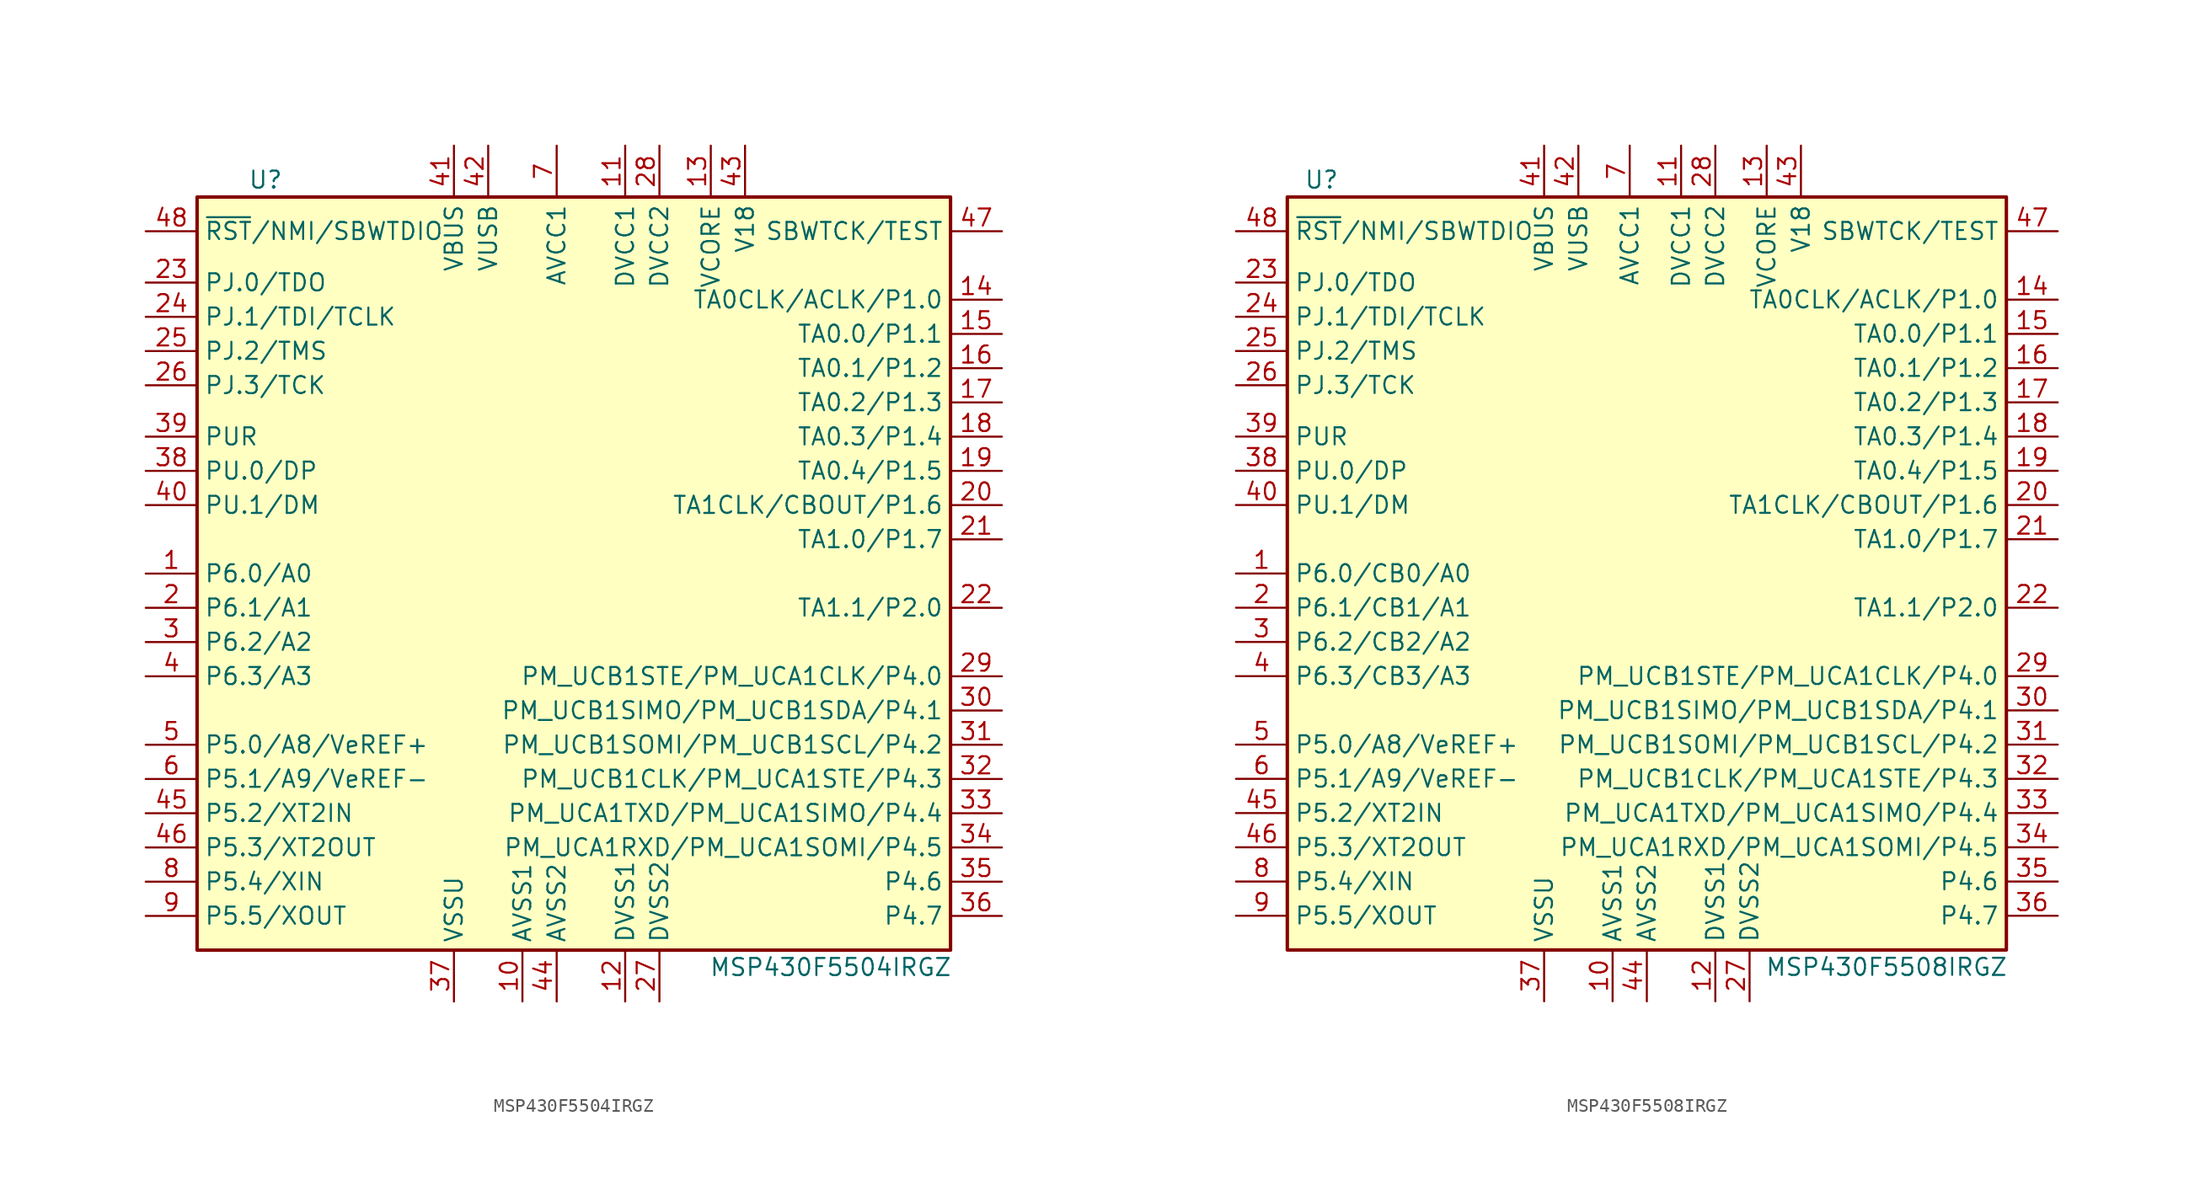
<source format=kicad_sym>
(kicad_symbol_lib
  (version 20241209)
  (generator "kicad_symbol_editor")
  (generator_version "9.0")
  (symbol "MSP430F5504IRGZ"
    (property "Reference" "U"
      (at -21.59 29.21 0)
      (effects (font (size 1.27 1.27))))
    (property "Value" "MSP430F5504IRGZ"
      (at 20.32 -29.21 0)
      (effects (font (size 1.27 1.27))))
    (symbol "MSP430F5504IRGZ_0_1"
      (rectangle (start -26.67 27.94) (end 29.21 -27.94) (stroke (width 0.254) (type default)) (fill (type background))))
    (symbol "MSP430F5504IRGZ_1_1"
      (pin input line (at -30.48 25.4 0) (length 3.81) (name "~{RST}/NMI/SBWTDIO" (effects (font (size 1.27 1.27)))) (number "48" (effects (font (size 1.27 1.27)))))
      (pin bidirectional line (at -30.48 21.59 0) (length 3.81) (name "PJ.0/TDO" (effects (font (size 1.27 1.27)))) (number "23" (effects (font (size 1.27 1.27)))))
      (pin bidirectional line (at -30.48 19.05 0) (length 3.81) (name "PJ.1/TDI/TCLK" (effects (font (size 1.27 1.27)))) (number "24" (effects (font (size 1.27 1.27)))))
      (pin bidirectional line (at -30.48 16.51 0) (length 3.81) (name "PJ.2/TMS" (effects (font (size 1.27 1.27)))) (number "25" (effects (font (size 1.27 1.27)))))
      (pin bidirectional line (at -30.48 13.97 0) (length 3.81) (name "PJ.3/TCK" (effects (font (size 1.27 1.27)))) (number "26" (effects (font (size 1.27 1.27)))))
      (pin bidirectional line (at -30.48 10.16 0) (length 3.81) (name "PUR" (effects (font (size 1.27 1.27)))) (number "39" (effects (font (size 1.27 1.27)))))
      (pin bidirectional line (at -30.48 7.62 0) (length 3.81) (name "PU.0/DP" (effects (font (size 1.27 1.27)))) (number "38" (effects (font (size 1.27 1.27)))))
      (pin bidirectional line (at -30.48 5.08 0) (length 3.81) (name "PU.1/DM" (effects (font (size 1.27 1.27)))) (number "40" (effects (font (size 1.27 1.27)))))
      (pin bidirectional line (at -30.48 0 0) (length 3.81) (name "P6.0/A0" (effects (font (size 1.27 1.27)))) (number "1" (effects (font (size 1.27 1.27)))))
      (pin bidirectional line (at -30.48 -2.54 0) (length 3.81) (name "P6.1/A1" (effects (font (size 1.27 1.27)))) (number "2" (effects (font (size 1.27 1.27)))))
      (pin bidirectional line (at -30.48 -5.08 0) (length 3.81) (name "P6.2/A2" (effects (font (size 1.27 1.27)))) (number "3" (effects (font (size 1.27 1.27)))))
      (pin bidirectional line (at -30.48 -7.62 0) (length 3.81) (name "P6.3/A3" (effects (font (size 1.27 1.27)))) (number "4" (effects (font (size 1.27 1.27)))))
      (pin bidirectional line (at -30.48 -12.7 0) (length 3.81) (name "P5.0/A8/VeREF+" (effects (font (size 1.27 1.27)))) (number "5" (effects (font (size 1.27 1.27)))))
      (pin bidirectional line (at -30.48 -15.24 0) (length 3.81) (name "P5.1/A9/VeREF-" (effects (font (size 1.27 1.27)))) (number "6" (effects (font (size 1.27 1.27)))))
      (pin bidirectional line (at -30.48 -17.78 0) (length 3.81) (name "P5.2/XT2IN" (effects (font (size 1.27 1.27)))) (number "45" (effects (font (size 1.27 1.27)))))
      (pin bidirectional line (at -30.48 -20.32 0) (length 3.81) (name "P5.3/XT2OUT" (effects (font (size 1.27 1.27)))) (number "46" (effects (font (size 1.27 1.27)))))
      (pin bidirectional line (at -30.48 -22.86 0) (length 3.81) (name "P5.4/XIN" (effects (font (size 1.27 1.27)))) (number "8" (effects (font (size 1.27 1.27)))))
      (pin bidirectional line (at -30.48 -25.4 0) (length 3.81) (name "P5.5/XOUT" (effects (font (size 1.27 1.27)))) (number "9" (effects (font (size 1.27 1.27)))))
      (pin power_in line (at -7.62 31.75 270) (length 3.81) (name "VBUS" (effects (font (size 1.27 1.27)))) (number "41" (effects (font (size 1.27 1.27)))))
      (pin power_in line (at -7.62 -31.75 90) (length 3.81) (name "VSSU" (effects (font (size 1.27 1.27)))) (number "37" (effects (font (size 1.27 1.27)))))
      (pin power_out line (at -5.08 31.75 270) (length 3.81) (name "VUSB" (effects (font (size 1.27 1.27)))) (number "42" (effects (font (size 1.27 1.27)))))
      (pin power_in line (at -2.54 -31.75 90) (length 3.81) (name "AVSS1" (effects (font (size 1.27 1.27)))) (number "10" (effects (font (size 1.27 1.27)))))
      (pin power_in line (at 0 31.75 270) (length 3.81) (name "AVCC1" (effects (font (size 1.27 1.27)))) (number "7" (effects (font (size 1.27 1.27)))))
      (pin power_in line (at 0 -31.75 90) (length 3.81) (name "AVSS2" (effects (font (size 1.27 1.27)))) (number "44" (effects (font (size 1.27 1.27)))))
      (pin power_in line (at 5.08 31.75 270) (length 3.81) (name "DVCC1" (effects (font (size 1.27 1.27)))) (number "11" (effects (font (size 1.27 1.27)))))
      (pin power_in line (at 5.08 -31.75 90) (length 3.81) (name "DVSS1" (effects (font (size 1.27 1.27)))) (number "12" (effects (font (size 1.27 1.27)))))
      (pin power_in line (at 7.62 31.75 270) (length 3.81) (name "DVCC2" (effects (font (size 1.27 1.27)))) (number "28" (effects (font (size 1.27 1.27)))))
      (pin power_in line (at 7.62 -31.75 90) (length 3.81) (name "DVSS2" (effects (font (size 1.27 1.27)))) (number "27" (effects (font (size 1.27 1.27)))))
      (pin passive line (at 11.43 31.75 270) (length 3.81) (name "VCORE" (effects (font (size 1.27 1.27)))) (number "13" (effects (font (size 1.27 1.27)))))
      (pin passive line (at 13.97 31.75 270) (length 3.81) (name "V18" (effects (font (size 1.27 1.27)))) (number "43" (effects (font (size 1.27 1.27)))))
      (pin input line (at 33.02 25.4 180) (length 3.81) (name "SBWTCK/TEST" (effects (font (size 1.27 1.27)))) (number "47" (effects (font (size 1.27 1.27)))))
      (pin bidirectional line (at 33.02 20.32 180) (length 3.81) (name "TA0CLK/ACLK/P1.0" (effects (font (size 1.27 1.27)))) (number "14" (effects (font (size 1.27 1.27)))))
      (pin bidirectional line (at 33.02 17.78 180) (length 3.81) (name "TA0.0/P1.1" (effects (font (size 1.27 1.27)))) (number "15" (effects (font (size 1.27 1.27)))))
      (pin bidirectional line (at 33.02 15.24 180) (length 3.81) (name "TA0.1/P1.2" (effects (font (size 1.27 1.27)))) (number "16" (effects (font (size 1.27 1.27)))))
      (pin bidirectional line (at 33.02 12.7 180) (length 3.81) (name "TA0.2/P1.3" (effects (font (size 1.27 1.27)))) (number "17" (effects (font (size 1.27 1.27)))))
      (pin bidirectional line (at 33.02 10.16 180) (length 3.81) (name "TA0.3/P1.4" (effects (font (size 1.27 1.27)))) (number "18" (effects (font (size 1.27 1.27)))))
      (pin bidirectional line (at 33.02 7.62 180) (length 3.81) (name "TA0.4/P1.5" (effects (font (size 1.27 1.27)))) (number "19" (effects (font (size 1.27 1.27)))))
      (pin bidirectional line (at 33.02 5.08 180) (length 3.81) (name "TA1CLK/CBOUT/P1.6" (effects (font (size 1.27 1.27)))) (number "20" (effects (font (size 1.27 1.27)))))
      (pin bidirectional line (at 33.02 2.54 180) (length 3.81) (name "TA1.0/P1.7" (effects (font (size 1.27 1.27)))) (number "21" (effects (font (size 1.27 1.27)))))
      (pin bidirectional line (at 33.02 -2.54 180) (length 3.81) (name "TA1.1/P2.0" (effects (font (size 1.27 1.27)))) (number "22" (effects (font (size 1.27 1.27)))))
      (pin bidirectional line (at 33.02 -7.62 180) (length 3.81) (name "PM_UCB1STE/PM_UCA1CLK/P4.0" (effects (font (size 1.27 1.27)))) (number "29" (effects (font (size 1.27 1.27)))))
      (pin bidirectional line (at 33.02 -10.16 180) (length 3.81) (name "PM_UCB1SIMO/PM_UCB1SDA/P4.1" (effects (font (size 1.27 1.27)))) (number "30" (effects (font (size 1.27 1.27)))))
      (pin bidirectional line (at 33.02 -12.7 180) (length 3.81) (name "PM_UCB1SOMI/PM_UCB1SCL/P4.2" (effects (font (size 1.27 1.27)))) (number "31" (effects (font (size 1.27 1.27)))))
      (pin bidirectional line (at 33.02 -15.24 180) (length 3.81) (name "PM_UCB1CLK/PM_UCA1STE/P4.3" (effects (font (size 1.27 1.27)))) (number "32" (effects (font (size 1.27 1.27)))))
      (pin bidirectional line (at 33.02 -17.78 180) (length 3.81) (name "PM_UCA1TXD/PM_UCA1SIMO/P4.4" (effects (font (size 1.27 1.27)))) (number "33" (effects (font (size 1.27 1.27)))))
      (pin bidirectional line (at 33.02 -20.32 180) (length 3.81) (name "PM_UCA1RXD/PM_UCA1SOMI/P4.5" (effects (font (size 1.27 1.27)))) (number "34" (effects (font (size 1.27 1.27)))))
      (pin bidirectional line (at 33.02 -22.86 180) (length 3.81) (name "P4.6" (effects (font (size 1.27 1.27)))) (number "35" (effects (font (size 1.27 1.27)))))
      (pin bidirectional line (at 33.02 -25.4 180) (length 3.81) (name "P4.7" (effects (font (size 1.27 1.27)))) (number "36" (effects (font (size 1.27 1.27)))))))
  (symbol "MSP430F5508IRGZ"
    (property "Reference" "U"
      (at -22.86 29.21 0)
      (effects (font (size 1.27 1.27))))
    (property "Value" "MSP430F5508IRGZ"
      (at 19.05 -29.21 0)
      (effects (font (size 1.27 1.27))))
    (symbol "MSP430F5508IRGZ_0_1"
      (rectangle (start -25.4 27.94) (end 27.94 -27.94) (stroke (width 0.254) (type default)) (fill (type background))))
    (symbol "MSP430F5508IRGZ_1_1"
      (pin input line (at -29.21 25.4 0) (length 3.81) (name "~{RST}/NMI/SBWTDIO" (effects (font (size 1.27 1.27)))) (number "48" (effects (font (size 1.27 1.27)))))
      (pin bidirectional line (at -29.21 21.59 0) (length 3.81) (name "PJ.0/TDO" (effects (font (size 1.27 1.27)))) (number "23" (effects (font (size 1.27 1.27)))))
      (pin bidirectional line (at -29.21 19.05 0) (length 3.81) (name "PJ.1/TDI/TCLK" (effects (font (size 1.27 1.27)))) (number "24" (effects (font (size 1.27 1.27)))))
      (pin bidirectional line (at -29.21 16.51 0) (length 3.81) (name "PJ.2/TMS" (effects (font (size 1.27 1.27)))) (number "25" (effects (font (size 1.27 1.27)))))
      (pin bidirectional line (at -29.21 13.97 0) (length 3.81) (name "PJ.3/TCK" (effects (font (size 1.27 1.27)))) (number "26" (effects (font (size 1.27 1.27)))))
      (pin bidirectional line (at -29.21 10.16 0) (length 3.81) (name "PUR" (effects (font (size 1.27 1.27)))) (number "39" (effects (font (size 1.27 1.27)))))
      (pin bidirectional line (at -29.21 7.62 0) (length 3.81) (name "PU.0/DP" (effects (font (size 1.27 1.27)))) (number "38" (effects (font (size 1.27 1.27)))))
      (pin bidirectional line (at -29.21 5.08 0) (length 3.81) (name "PU.1/DM" (effects (font (size 1.27 1.27)))) (number "40" (effects (font (size 1.27 1.27)))))
      (pin bidirectional line (at -29.21 0 0) (length 3.81) (name "P6.0/CB0/A0" (effects (font (size 1.27 1.27)))) (number "1" (effects (font (size 1.27 1.27)))))
      (pin bidirectional line (at -29.21 -2.54 0) (length 3.81) (name "P6.1/CB1/A1" (effects (font (size 1.27 1.27)))) (number "2" (effects (font (size 1.27 1.27)))))
      (pin bidirectional line (at -29.21 -5.08 0) (length 3.81) (name "P6.2/CB2/A2" (effects (font (size 1.27 1.27)))) (number "3" (effects (font (size 1.27 1.27)))))
      (pin bidirectional line (at -29.21 -7.62 0) (length 3.81) (name "P6.3/CB3/A3" (effects (font (size 1.27 1.27)))) (number "4" (effects (font (size 1.27 1.27)))))
      (pin bidirectional line (at -29.21 -12.7 0) (length 3.81) (name "P5.0/A8/VeREF+" (effects (font (size 1.27 1.27)))) (number "5" (effects (font (size 1.27 1.27)))))
      (pin bidirectional line (at -29.21 -15.24 0) (length 3.81) (name "P5.1/A9/VeREF-" (effects (font (size 1.27 1.27)))) (number "6" (effects (font (size 1.27 1.27)))))
      (pin bidirectional line (at -29.21 -17.78 0) (length 3.81) (name "P5.2/XT2IN" (effects (font (size 1.27 1.27)))) (number "45" (effects (font (size 1.27 1.27)))))
      (pin bidirectional line (at -29.21 -20.32 0) (length 3.81) (name "P5.3/XT2OUT" (effects (font (size 1.27 1.27)))) (number "46" (effects (font (size 1.27 1.27)))))
      (pin bidirectional line (at -29.21 -22.86 0) (length 3.81) (name "P5.4/XIN" (effects (font (size 1.27 1.27)))) (number "8" (effects (font (size 1.27 1.27)))))
      (pin bidirectional line (at -29.21 -25.4 0) (length 3.81) (name "P5.5/XOUT" (effects (font (size 1.27 1.27)))) (number "9" (effects (font (size 1.27 1.27)))))
      (pin power_in line (at -6.35 31.75 270) (length 3.81) (name "VBUS" (effects (font (size 1.27 1.27)))) (number "41" (effects (font (size 1.27 1.27)))))
      (pin power_in line (at -6.35 -31.75 90) (length 3.81) (name "VSSU" (effects (font (size 1.27 1.27)))) (number "37" (effects (font (size 1.27 1.27)))))
      (pin power_out line (at -3.81 31.75 270) (length 3.81) (name "VUSB" (effects (font (size 1.27 1.27)))) (number "42" (effects (font (size 1.27 1.27)))))
      (pin power_in line (at -1.27 -31.75 90) (length 3.81) (name "AVSS1" (effects (font (size 1.27 1.27)))) (number "10" (effects (font (size 1.27 1.27)))))
      (pin power_in line (at 0 31.75 270) (length 3.81) (name "AVCC1" (effects (font (size 1.27 1.27)))) (number "7" (effects (font (size 1.27 1.27)))))
      (pin power_in line (at 1.27 -31.75 90) (length 3.81) (name "AVSS2" (effects (font (size 1.27 1.27)))) (number "44" (effects (font (size 1.27 1.27)))))
      (pin power_in line (at 3.81 31.75 270) (length 3.81) (name "DVCC1" (effects (font (size 1.27 1.27)))) (number "11" (effects (font (size 1.27 1.27)))))
      (pin power_in line (at 6.35 31.75 270) (length 3.81) (name "DVCC2" (effects (font (size 1.27 1.27)))) (number "28" (effects (font (size 1.27 1.27)))))
      (pin power_in line (at 6.35 -31.75 90) (length 3.81) (name "DVSS1" (effects (font (size 1.27 1.27)))) (number "12" (effects (font (size 1.27 1.27)))))
      (pin power_in line (at 8.89 -31.75 90) (length 3.81) (name "DVSS2" (effects (font (size 1.27 1.27)))) (number "27" (effects (font (size 1.27 1.27)))))
      (pin passive line (at 10.16 31.75 270) (length 3.81) (name "VCORE" (effects (font (size 1.27 1.27)))) (number "13" (effects (font (size 1.27 1.27)))))
      (pin passive line (at 12.7 31.75 270) (length 3.81) (name "V18" (effects (font (size 1.27 1.27)))) (number "43" (effects (font (size 1.27 1.27)))))
      (pin input line (at 31.75 25.4 180) (length 3.81) (name "SBWTCK/TEST" (effects (font (size 1.27 1.27)))) (number "47" (effects (font (size 1.27 1.27)))))
      (pin bidirectional line (at 31.75 20.32 180) (length 3.81) (name "TA0CLK/ACLK/P1.0" (effects (font (size 1.27 1.27)))) (number "14" (effects (font (size 1.27 1.27)))))
      (pin bidirectional line (at 31.75 17.78 180) (length 3.81) (name "TA0.0/P1.1" (effects (font (size 1.27 1.27)))) (number "15" (effects (font (size 1.27 1.27)))))
      (pin bidirectional line (at 31.75 15.24 180) (length 3.81) (name "TA0.1/P1.2" (effects (font (size 1.27 1.27)))) (number "16" (effects (font (size 1.27 1.27)))))
      (pin bidirectional line (at 31.75 12.7 180) (length 3.81) (name "TA0.2/P1.3" (effects (font (size 1.27 1.27)))) (number "17" (effects (font (size 1.27 1.27)))))
      (pin bidirectional line (at 31.75 10.16 180) (length 3.81) (name "TA0.3/P1.4" (effects (font (size 1.27 1.27)))) (number "18" (effects (font (size 1.27 1.27)))))
      (pin bidirectional line (at 31.75 7.62 180) (length 3.81) (name "TA0.4/P1.5" (effects (font (size 1.27 1.27)))) (number "19" (effects (font (size 1.27 1.27)))))
      (pin bidirectional line (at 31.75 5.08 180) (length 3.81) (name "TA1CLK/CBOUT/P1.6" (effects (font (size 1.27 1.27)))) (number "20" (effects (font (size 1.27 1.27)))))
      (pin bidirectional line (at 31.75 2.54 180) (length 3.81) (name "TA1.0/P1.7" (effects (font (size 1.27 1.27)))) (number "21" (effects (font (size 1.27 1.27)))))
      (pin bidirectional line (at 31.75 -2.54 180) (length 3.81) (name "TA1.1/P2.0" (effects (font (size 1.27 1.27)))) (number "22" (effects (font (size 1.27 1.27)))))
      (pin bidirectional line (at 31.75 -7.62 180) (length 3.81) (name "PM_UCB1STE/PM_UCA1CLK/P4.0" (effects (font (size 1.27 1.27)))) (number "29" (effects (font (size 1.27 1.27)))))
      (pin bidirectional line (at 31.75 -10.16 180) (length 3.81) (name "PM_UCB1SIMO/PM_UCB1SDA/P4.1" (effects (font (size 1.27 1.27)))) (number "30" (effects (font (size 1.27 1.27)))))
      (pin bidirectional line (at 31.75 -12.7 180) (length 3.81) (name "PM_UCB1SOMI/PM_UCB1SCL/P4.2" (effects (font (size 1.27 1.27)))) (number "31" (effects (font (size 1.27 1.27)))))
      (pin bidirectional line (at 31.75 -15.24 180) (length 3.81) (name "PM_UCB1CLK/PM_UCA1STE/P4.3" (effects (font (size 1.27 1.27)))) (number "32" (effects (font (size 1.27 1.27)))))
      (pin bidirectional line (at 31.75 -17.78 180) (length 3.81) (name "PM_UCA1TXD/PM_UCA1SIMO/P4.4" (effects (font (size 1.27 1.27)))) (number "33" (effects (font (size 1.27 1.27)))))
      (pin bidirectional line (at 31.75 -20.32 180) (length 3.81) (name "PM_UCA1RXD/PM_UCA1SOMI/P4.5" (effects (font (size 1.27 1.27)))) (number "34" (effects (font (size 1.27 1.27)))))
      (pin bidirectional line (at 31.75 -22.86 180) (length 3.81) (name "P4.6" (effects (font (size 1.27 1.27)))) (number "35" (effects (font (size 1.27 1.27)))))
      (pin bidirectional line (at 31.75 -25.4 180) (length 3.81) (name "P4.7" (effects (font (size 1.27 1.27)))) (number "36" (effects (font (size 1.27 1.27))))))))
</source>
